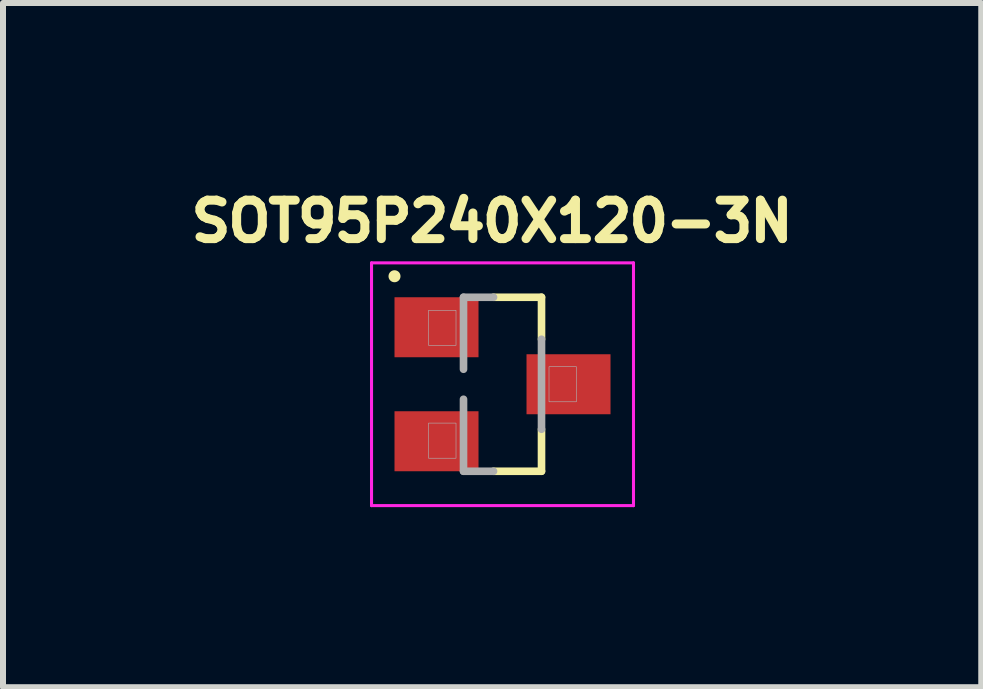
<source format=kicad_pcb>
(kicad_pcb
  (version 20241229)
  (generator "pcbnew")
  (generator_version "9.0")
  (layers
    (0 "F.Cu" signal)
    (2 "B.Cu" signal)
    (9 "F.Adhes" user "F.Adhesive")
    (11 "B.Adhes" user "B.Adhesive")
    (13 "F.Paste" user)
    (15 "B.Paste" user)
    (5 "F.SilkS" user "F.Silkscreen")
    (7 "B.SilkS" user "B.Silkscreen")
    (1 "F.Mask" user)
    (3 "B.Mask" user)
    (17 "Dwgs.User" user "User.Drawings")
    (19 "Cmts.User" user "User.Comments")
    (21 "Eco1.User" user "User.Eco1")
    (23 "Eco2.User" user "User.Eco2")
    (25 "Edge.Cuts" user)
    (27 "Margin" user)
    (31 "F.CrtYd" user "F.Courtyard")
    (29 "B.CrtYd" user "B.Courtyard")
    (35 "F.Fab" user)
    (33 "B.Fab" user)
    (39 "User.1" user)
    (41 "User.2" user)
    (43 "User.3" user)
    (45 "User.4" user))
  (footprint "SOT95P240X120-3N"
    (layer "F.Cu")
    (at 5.325 3.354)
    (property "Reference" "SOT95P240X120-3N" (at -0.173 -2.716 0) (layer "F.SilkS") (effects (font (size 0.641 0.641) (thickness 0.15))))
    (attr through_hole)
    (fp_line (start 0.65 -1.45) (end -0.15 -1.45) (stroke (width 0.127) (type solid)) (layer "F.SilkS"))
    (fp_line (start 0.65 -1.45) (end 0.65 -0.75) (stroke (width 0.127) (type solid)) (layer "F.SilkS"))
    (fp_line (start 0.65 1.45) (end -0.15 1.45) (stroke (width 0.127) (type solid)) (layer "F.SilkS"))
    (fp_line (start 0.65 1.45) (end 0.65 0.75) (stroke (width 0.127) (type solid)) (layer "F.SilkS"))
    (fp_circle (center -1.8 -1.8) (end -1.7 -1.8) (stroke (width 0) (type solid)) (fill yes) (layer "F.SilkS"))
    (fp_line (start -2.183 -2.023) (end 2.183 -2.023) (stroke (width 0.051) (type solid)) (layer "F.CrtYd"))
    (fp_line (start -2.183 2.023) (end -2.183 -2.023) (stroke (width 0.051) (type solid)) (layer "F.CrtYd"))
    (fp_line (start 2.183 -2.023) (end 2.183 2.023) (stroke (width 0.051) (type solid)) (layer "F.CrtYd"))
    (fp_line (start 2.183 2.023) (end -2.183 2.023) (stroke (width 0.051) (type solid)) (layer "F.CrtYd"))
    (fp_line (start -0.65 -1.45) (end -0.65 -0.25) (stroke (width 0.127) (type solid)) (layer "F.Fab"))
    (fp_line (start -0.65 0.25) (end -0.65 1.45) (stroke (width 0.127) (type solid)) (layer "F.Fab"))
    (fp_line (start -0.65 1.45) (end -0.15 1.45) (stroke (width 0.127) (type solid)) (layer "F.Fab"))
    (fp_line (start -0.15 -1.45) (end -0.65 -1.45) (stroke (width 0.127) (type solid)) (layer "F.Fab"))
    (fp_line (start 0.65 -0.75) (end 0.65 0.75) (stroke (width 0.127) (type solid)) (layer "F.Fab"))
    (fp_poly (pts (xy -1.233 0.648) (xy -0.775 0.648) (xy -0.775 1.233) (xy -1.233 1.233)) (stroke (width 0.01) (type solid)) (fill no) (layer "F.Fab"))
    (fp_poly (pts (xy -1.233 -1.232) (xy -0.775 -1.232) (xy -0.775 -0.648) (xy -1.233 -0.648)) (stroke (width 0.01) (type solid)) (fill no) (layer "F.Fab"))
    (fp_poly (pts (xy 0.775 -0.292) (xy 1.232 -0.292) (xy 1.232 0.292) (xy 0.775 0.292)) (stroke (width 0.01) (type solid)) (fill no) (layer "F.Fab"))
    (pad "1" smd rect (at -1.1 -0.95 270) (size 1 1.4) (layers "F.Cu" "F.Mask" "F.Paste"))
    (pad "2" smd rect (at -1.1 0.95 270) (size 1 1.4) (layers "F.Cu" "F.Mask" "F.Paste"))
    (pad "3" smd rect (at 1.1 0 270) (size 1 1.4) (layers "F.Cu" "F.Mask" "F.Paste")))
  (gr_rect
    (start -3 -3)
    (end 13.304 8.403)
    (stroke (width 0.1) (type default))
    (fill no)
    (layer "Edge.Cuts")))
</source>
